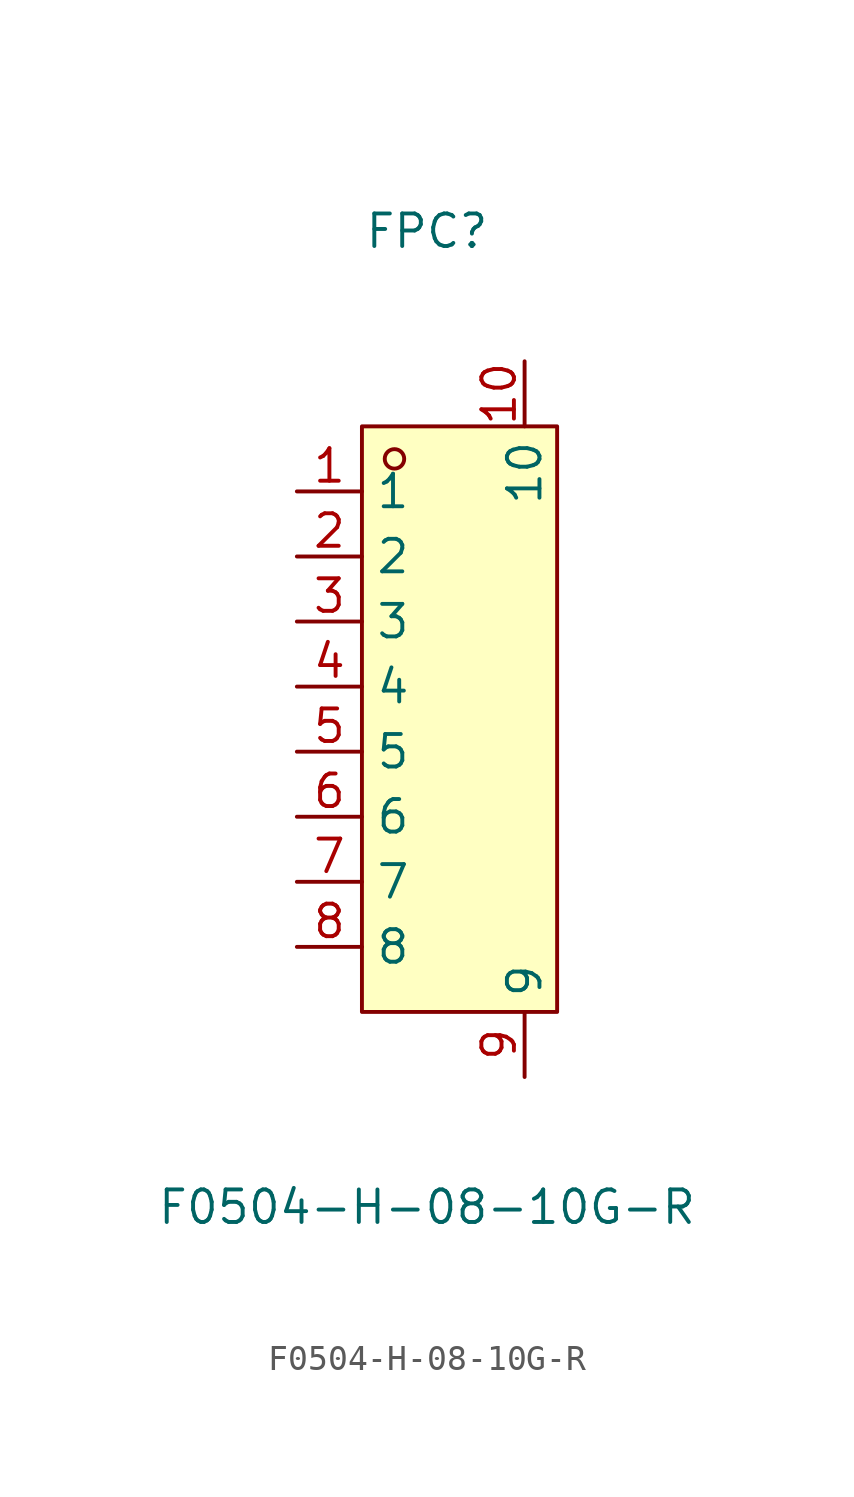
<source format=kicad_sym>
(kicad_symbol_lib
  (version 20211014)
  (generator https://github.com/uPesy/easyeda2kicad.py)
  (symbol "F0504-H-08-10G-R"
    (property "Reference" "FPC"
      (at 0 19.05 0)
      (effects (font (size 1.27 1.27))))
    (property "Value" "F0504-H-08-10G-R"
      (at 0 -19.05 0)
      (effects (font (size 1.27 1.27))))
    (symbol "F0504-H-08-10G-R_0_1"
      (rectangle (start -2.54 11.43) (end 5.08 -11.43) (stroke (width 0) (type default) (color 0 0 0 0)) (fill (type background)))
      (circle (center -1.27 10.16) (radius 0.38) (stroke (width 0) (type default) (color 0 0 0 0)) (fill (type none)))
      (pin unspecified line (at -5.08 8.89 0) (length 2.54) (name "1" (effects (font (size 1.27 1.27)))) (number "1" (effects (font (size 1.27 1.27)))))
      (pin unspecified line (at -5.08 6.35 0) (length 2.54) (name "2" (effects (font (size 1.27 1.27)))) (number "2" (effects (font (size 1.27 1.27)))))
      (pin unspecified line (at -5.08 3.81 0) (length 2.54) (name "3" (effects (font (size 1.27 1.27)))) (number "3" (effects (font (size 1.27 1.27)))))
      (pin unspecified line (at -5.08 1.27 0) (length 2.54) (name "4" (effects (font (size 1.27 1.27)))) (number "4" (effects (font (size 1.27 1.27)))))
      (pin unspecified line (at -5.08 -1.27 0) (length 2.54) (name "5" (effects (font (size 1.27 1.27)))) (number "5" (effects (font (size 1.27 1.27)))))
      (pin unspecified line (at -5.08 -3.81 0) (length 2.54) (name "6" (effects (font (size 1.27 1.27)))) (number "6" (effects (font (size 1.27 1.27)))))
      (pin unspecified line (at -5.08 -6.35 0) (length 2.54) (name "7" (effects (font (size 1.27 1.27)))) (number "7" (effects (font (size 1.27 1.27)))))
      (pin unspecified line (at -5.08 -8.89 0) (length 2.54) (name "8" (effects (font (size 1.27 1.27)))) (number "8" (effects (font (size 1.27 1.27)))))
      (pin unspecified line (at 3.81 -13.97 90) (length 2.54) (name "9" (effects (font (size 1.27 1.27)))) (number "9" (effects (font (size 1.27 1.27)))))
      (pin unspecified line (at 3.81 13.97 270) (length 2.54) (name "10" (effects (font (size 1.27 1.27)))) (number "10" (effects (font (size 1.27 1.27))))))))
</source>
